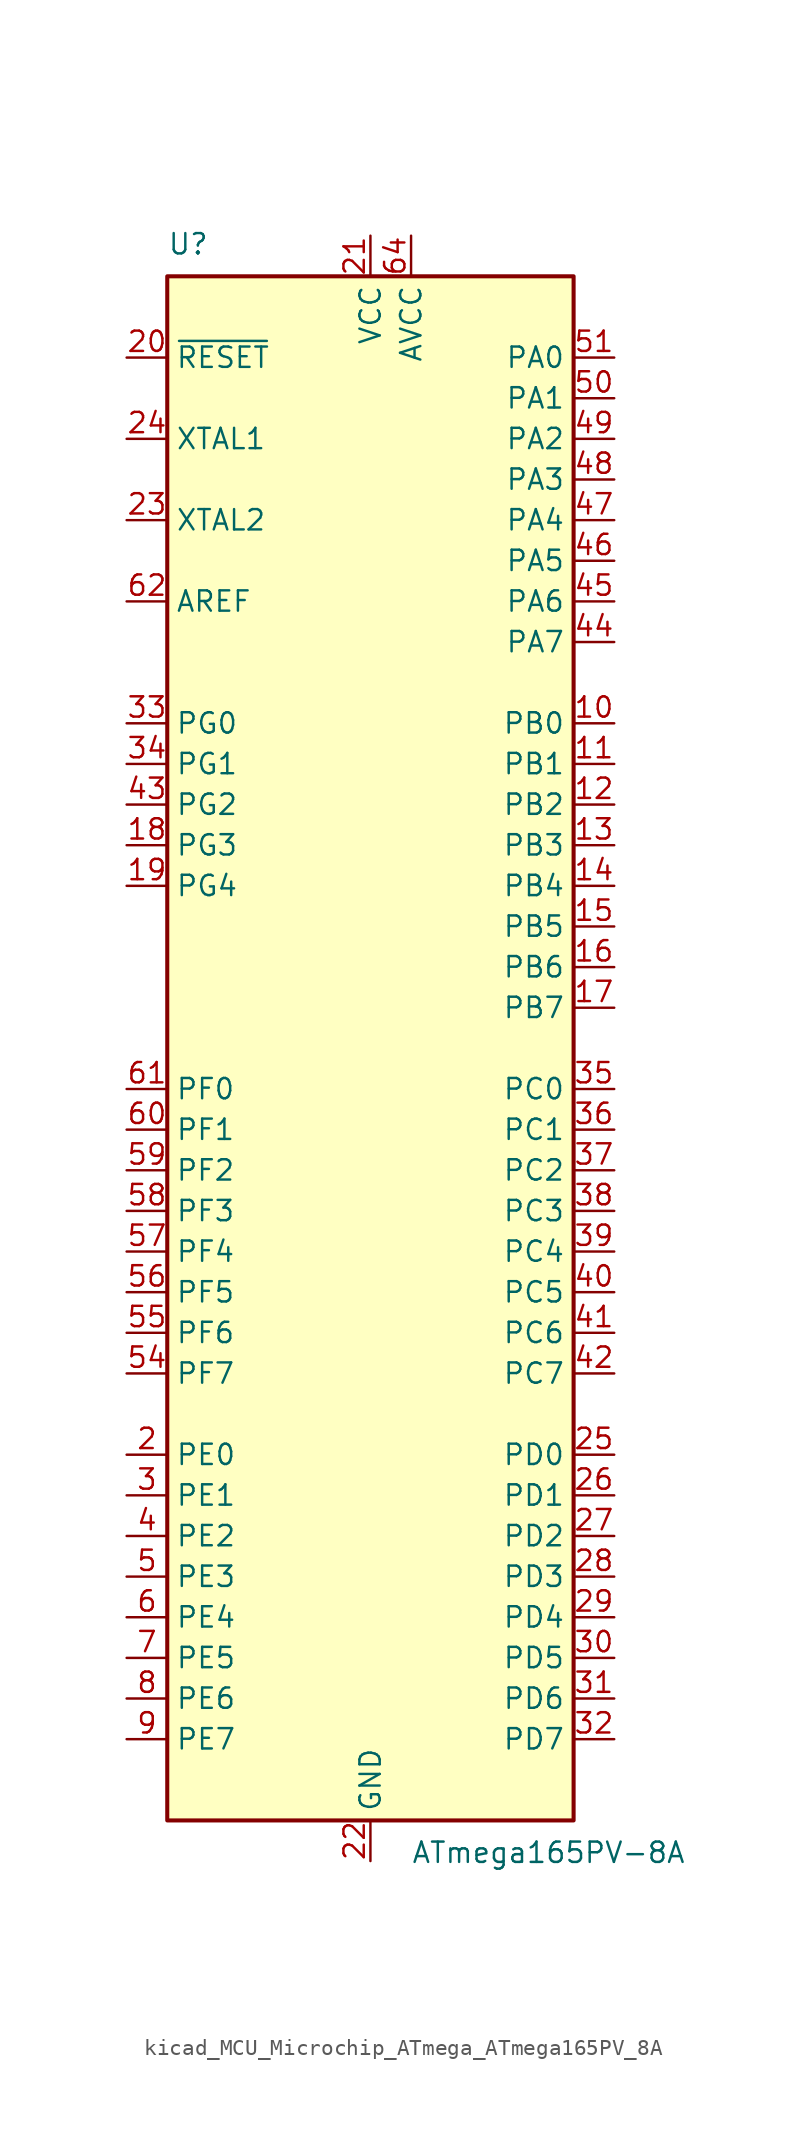
<source format=kicad_sym>
(kicad_symbol_lib
  (version 20220914)
  (generator kicad_symbol_editor)
  (symbol "kicad_MCU_Microchip_ATmega_ATmega165PV_8A"
    (property "Reference" "U"
      (at -12.7 49.53 0)
      (effects (font (size 1.27 1.27)) (justify left bottom)))
    (property "Value" "ATmega165PV-8A"
      (at 2.54 -49.53 0)
      (effects (font (size 1.27 1.27)) (justify left top)))
    (symbol "kicad_MCU_Microchip_ATmega_ATmega165PV_8A_0_1"
      (rectangle (start -12.7 -48.26) (end 12.7 48.26) (stroke (width 0.254) (type default)) (fill (type background))))
    (symbol "kicad_MCU_Microchip_ATmega_ATmega165PV_8A_1_1"
      (pin no_connect line (at -12.7 -45.72 0) (length 2.54) hide (name "NC" (effects (font (size 1.27 1.27)))) (number "1" (effects (font (size 1.27 1.27)))))
      (pin bidirectional line (at 15.24 20.32 180) (length 2.54) (name "PB0" (effects (font (size 1.27 1.27)))) (number "10" (effects (font (size 1.27 1.27)))))
      (pin bidirectional line (at 15.24 17.78 180) (length 2.54) (name "PB1" (effects (font (size 1.27 1.27)))) (number "11" (effects (font (size 1.27 1.27)))))
      (pin bidirectional line (at 15.24 15.24 180) (length 2.54) (name "PB2" (effects (font (size 1.27 1.27)))) (number "12" (effects (font (size 1.27 1.27)))))
      (pin bidirectional line (at 15.24 12.7 180) (length 2.54) (name "PB3" (effects (font (size 1.27 1.27)))) (number "13" (effects (font (size 1.27 1.27)))))
      (pin bidirectional line (at 15.24 10.16 180) (length 2.54) (name "PB4" (effects (font (size 1.27 1.27)))) (number "14" (effects (font (size 1.27 1.27)))))
      (pin bidirectional line (at 15.24 7.62 180) (length 2.54) (name "PB5" (effects (font (size 1.27 1.27)))) (number "15" (effects (font (size 1.27 1.27)))))
      (pin bidirectional line (at 15.24 5.08 180) (length 2.54) (name "PB6" (effects (font (size 1.27 1.27)))) (number "16" (effects (font (size 1.27 1.27)))))
      (pin bidirectional line (at 15.24 2.54 180) (length 2.54) (name "PB7" (effects (font (size 1.27 1.27)))) (number "17" (effects (font (size 1.27 1.27)))))
      (pin bidirectional line (at -15.24 12.7 0) (length 2.54) (name "PG3" (effects (font (size 1.27 1.27)))) (number "18" (effects (font (size 1.27 1.27)))))
      (pin bidirectional line (at -15.24 10.16 0) (length 2.54) (name "PG4" (effects (font (size 1.27 1.27)))) (number "19" (effects (font (size 1.27 1.27)))))
      (pin bidirectional line (at -15.24 -25.4 0) (length 2.54) (name "PE0" (effects (font (size 1.27 1.27)))) (number "2" (effects (font (size 1.27 1.27)))))
      (pin input line (at -15.24 43.18 0) (length 2.54) (name "~{RESET}" (effects (font (size 1.27 1.27)))) (number "20" (effects (font (size 1.27 1.27)))))
      (pin power_in line (at 0 50.8 270) (length 2.54) (name "VCC" (effects (font (size 1.27 1.27)))) (number "21" (effects (font (size 1.27 1.27)))))
      (pin power_in line (at 0 -50.8 90) (length 2.54) (name "GND" (effects (font (size 1.27 1.27)))) (number "22" (effects (font (size 1.27 1.27)))))
      (pin output line (at -15.24 33.02 0) (length 2.54) (name "XTAL2" (effects (font (size 1.27 1.27)))) (number "23" (effects (font (size 1.27 1.27)))))
      (pin input line (at -15.24 38.1 0) (length 2.54) (name "XTAL1" (effects (font (size 1.27 1.27)))) (number "24" (effects (font (size 1.27 1.27)))))
      (pin bidirectional line (at 15.24 -25.4 180) (length 2.54) (name "PD0" (effects (font (size 1.27 1.27)))) (number "25" (effects (font (size 1.27 1.27)))))
      (pin bidirectional line (at 15.24 -27.94 180) (length 2.54) (name "PD1" (effects (font (size 1.27 1.27)))) (number "26" (effects (font (size 1.27 1.27)))))
      (pin bidirectional line (at 15.24 -30.48 180) (length 2.54) (name "PD2" (effects (font (size 1.27 1.27)))) (number "27" (effects (font (size 1.27 1.27)))))
      (pin bidirectional line (at 15.24 -33.02 180) (length 2.54) (name "PD3" (effects (font (size 1.27 1.27)))) (number "28" (effects (font (size 1.27 1.27)))))
      (pin bidirectional line (at 15.24 -35.56 180) (length 2.54) (name "PD4" (effects (font (size 1.27 1.27)))) (number "29" (effects (font (size 1.27 1.27)))))
      (pin bidirectional line (at -15.24 -27.94 0) (length 2.54) (name "PE1" (effects (font (size 1.27 1.27)))) (number "3" (effects (font (size 1.27 1.27)))))
      (pin bidirectional line (at 15.24 -38.1 180) (length 2.54) (name "PD5" (effects (font (size 1.27 1.27)))) (number "30" (effects (font (size 1.27 1.27)))))
      (pin bidirectional line (at 15.24 -40.64 180) (length 2.54) (name "PD6" (effects (font (size 1.27 1.27)))) (number "31" (effects (font (size 1.27 1.27)))))
      (pin bidirectional line (at 15.24 -43.18 180) (length 2.54) (name "PD7" (effects (font (size 1.27 1.27)))) (number "32" (effects (font (size 1.27 1.27)))))
      (pin bidirectional line (at -15.24 20.32 0) (length 2.54) (name "PG0" (effects (font (size 1.27 1.27)))) (number "33" (effects (font (size 1.27 1.27)))))
      (pin bidirectional line (at -15.24 17.78 0) (length 2.54) (name "PG1" (effects (font (size 1.27 1.27)))) (number "34" (effects (font (size 1.27 1.27)))))
      (pin bidirectional line (at 15.24 -2.54 180) (length 2.54) (name "PC0" (effects (font (size 1.27 1.27)))) (number "35" (effects (font (size 1.27 1.27)))))
      (pin bidirectional line (at 15.24 -5.08 180) (length 2.54) (name "PC1" (effects (font (size 1.27 1.27)))) (number "36" (effects (font (size 1.27 1.27)))))
      (pin bidirectional line (at 15.24 -7.62 180) (length 2.54) (name "PC2" (effects (font (size 1.27 1.27)))) (number "37" (effects (font (size 1.27 1.27)))))
      (pin bidirectional line (at 15.24 -10.16 180) (length 2.54) (name "PC3" (effects (font (size 1.27 1.27)))) (number "38" (effects (font (size 1.27 1.27)))))
      (pin bidirectional line (at 15.24 -12.7 180) (length 2.54) (name "PC4" (effects (font (size 1.27 1.27)))) (number "39" (effects (font (size 1.27 1.27)))))
      (pin bidirectional line (at -15.24 -30.48 0) (length 2.54) (name "PE2" (effects (font (size 1.27 1.27)))) (number "4" (effects (font (size 1.27 1.27)))))
      (pin bidirectional line (at 15.24 -15.24 180) (length 2.54) (name "PC5" (effects (font (size 1.27 1.27)))) (number "40" (effects (font (size 1.27 1.27)))))
      (pin bidirectional line (at 15.24 -17.78 180) (length 2.54) (name "PC6" (effects (font (size 1.27 1.27)))) (number "41" (effects (font (size 1.27 1.27)))))
      (pin bidirectional line (at 15.24 -20.32 180) (length 2.54) (name "PC7" (effects (font (size 1.27 1.27)))) (number "42" (effects (font (size 1.27 1.27)))))
      (pin bidirectional line (at -15.24 15.24 0) (length 2.54) (name "PG2" (effects (font (size 1.27 1.27)))) (number "43" (effects (font (size 1.27 1.27)))))
      (pin bidirectional line (at 15.24 25.4 180) (length 2.54) (name "PA7" (effects (font (size 1.27 1.27)))) (number "44" (effects (font (size 1.27 1.27)))))
      (pin bidirectional line (at 15.24 27.94 180) (length 2.54) (name "PA6" (effects (font (size 1.27 1.27)))) (number "45" (effects (font (size 1.27 1.27)))))
      (pin bidirectional line (at 15.24 30.48 180) (length 2.54) (name "PA5" (effects (font (size 1.27 1.27)))) (number "46" (effects (font (size 1.27 1.27)))))
      (pin bidirectional line (at 15.24 33.02 180) (length 2.54) (name "PA4" (effects (font (size 1.27 1.27)))) (number "47" (effects (font (size 1.27 1.27)))))
      (pin bidirectional line (at 15.24 35.56 180) (length 2.54) (name "PA3" (effects (font (size 1.27 1.27)))) (number "48" (effects (font (size 1.27 1.27)))))
      (pin bidirectional line (at 15.24 38.1 180) (length 2.54) (name "PA2" (effects (font (size 1.27 1.27)))) (number "49" (effects (font (size 1.27 1.27)))))
      (pin bidirectional line (at -15.24 -33.02 0) (length 2.54) (name "PE3" (effects (font (size 1.27 1.27)))) (number "5" (effects (font (size 1.27 1.27)))))
      (pin bidirectional line (at 15.24 40.64 180) (length 2.54) (name "PA1" (effects (font (size 1.27 1.27)))) (number "50" (effects (font (size 1.27 1.27)))))
      (pin bidirectional line (at 15.24 43.18 180) (length 2.54) (name "PA0" (effects (font (size 1.27 1.27)))) (number "51" (effects (font (size 1.27 1.27)))))
      (pin passive line (at 0 50.8 270) (length 2.54) hide (name "VCC" (effects (font (size 1.27 1.27)))) (number "52" (effects (font (size 1.27 1.27)))))
      (pin passive line (at 0 -50.8 90) (length 2.54) hide (name "GND" (effects (font (size 1.27 1.27)))) (number "53" (effects (font (size 1.27 1.27)))))
      (pin bidirectional line (at -15.24 -20.32 0) (length 2.54) (name "PF7" (effects (font (size 1.27 1.27)))) (number "54" (effects (font (size 1.27 1.27)))))
      (pin bidirectional line (at -15.24 -17.78 0) (length 2.54) (name "PF6" (effects (font (size 1.27 1.27)))) (number "55" (effects (font (size 1.27 1.27)))))
      (pin bidirectional line (at -15.24 -15.24 0) (length 2.54) (name "PF5" (effects (font (size 1.27 1.27)))) (number "56" (effects (font (size 1.27 1.27)))))
      (pin bidirectional line (at -15.24 -12.7 0) (length 2.54) (name "PF4" (effects (font (size 1.27 1.27)))) (number "57" (effects (font (size 1.27 1.27)))))
      (pin bidirectional line (at -15.24 -10.16 0) (length 2.54) (name "PF3" (effects (font (size 1.27 1.27)))) (number "58" (effects (font (size 1.27 1.27)))))
      (pin bidirectional line (at -15.24 -7.62 0) (length 2.54) (name "PF2" (effects (font (size 1.27 1.27)))) (number "59" (effects (font (size 1.27 1.27)))))
      (pin bidirectional line (at -15.24 -35.56 0) (length 2.54) (name "PE4" (effects (font (size 1.27 1.27)))) (number "6" (effects (font (size 1.27 1.27)))))
      (pin bidirectional line (at -15.24 -5.08 0) (length 2.54) (name "PF1" (effects (font (size 1.27 1.27)))) (number "60" (effects (font (size 1.27 1.27)))))
      (pin bidirectional line (at -15.24 -2.54 0) (length 2.54) (name "PF0" (effects (font (size 1.27 1.27)))) (number "61" (effects (font (size 1.27 1.27)))))
      (pin passive line (at -15.24 27.94 0) (length 2.54) (name "AREF" (effects (font (size 1.27 1.27)))) (number "62" (effects (font (size 1.27 1.27)))))
      (pin passive line (at 0 -50.8 90) (length 2.54) hide (name "GND" (effects (font (size 1.27 1.27)))) (number "63" (effects (font (size 1.27 1.27)))))
      (pin power_in line (at 2.54 50.8 270) (length 2.54) (name "AVCC" (effects (font (size 1.27 1.27)))) (number "64" (effects (font (size 1.27 1.27)))))
      (pin bidirectional line (at -15.24 -38.1 0) (length 2.54) (name "PE5" (effects (font (size 1.27 1.27)))) (number "7" (effects (font (size 1.27 1.27)))))
      (pin bidirectional line (at -15.24 -40.64 0) (length 2.54) (name "PE6" (effects (font (size 1.27 1.27)))) (number "8" (effects (font (size 1.27 1.27)))))
      (pin bidirectional line (at -15.24 -43.18 0) (length 2.54) (name "PE7" (effects (font (size 1.27 1.27)))) (number "9" (effects (font (size 1.27 1.27))))))))
</source>
